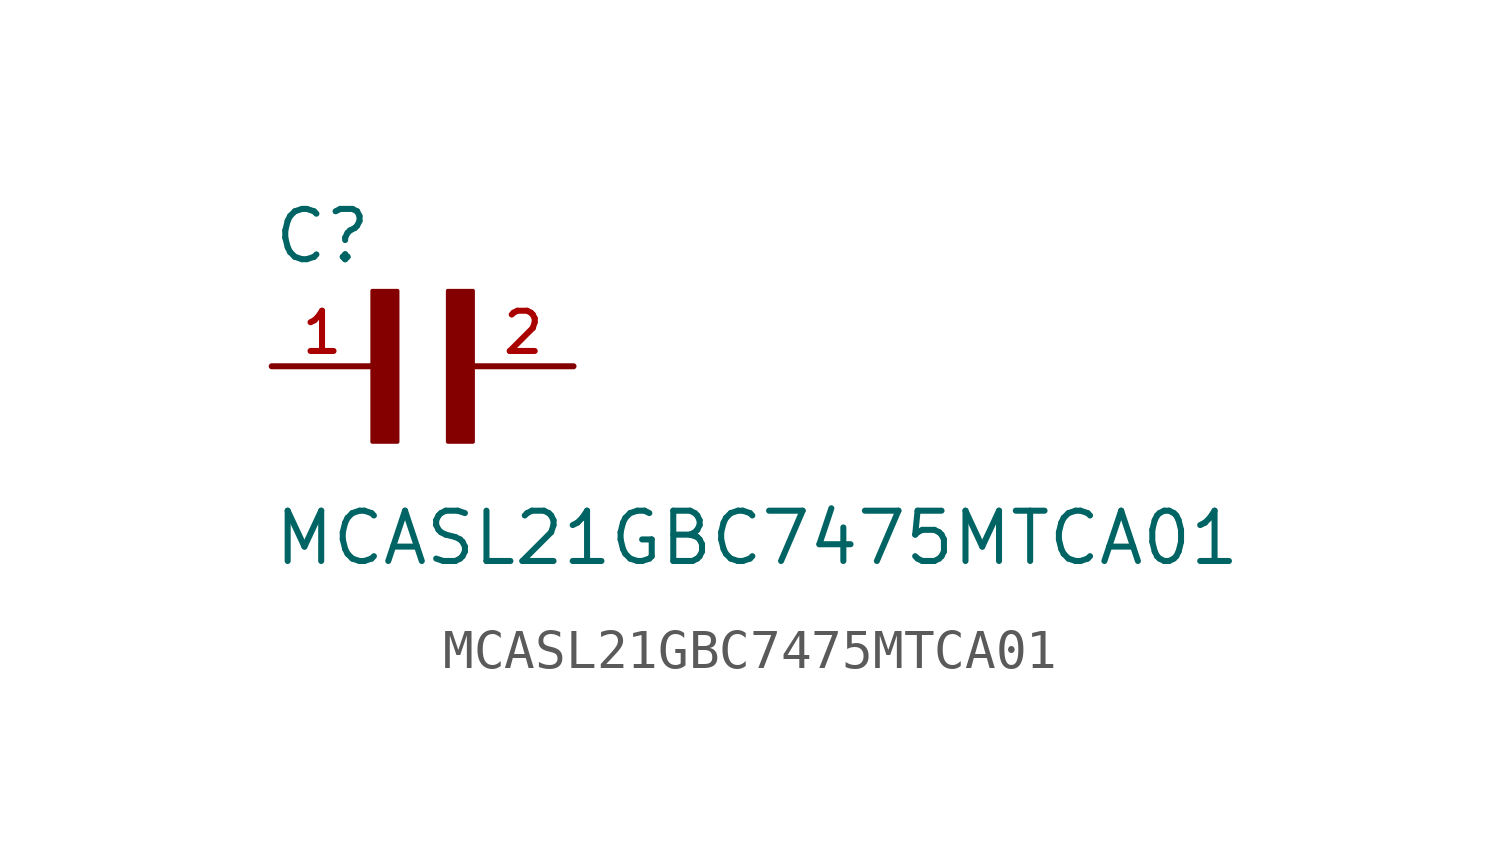
<source format=kicad_sym>
(kicad_symbol_lib
  (version 20211014)
  (generator kicad_symbol_editor)
  (symbol "MCASL21GBC7475MTCA01"
    (pin_names
      (offset 1.016))
    (property "Reference" "C"
      (at -2.54 2.54 0)
      (effects (font (size 1.27 1.27)) (justify bottom left)))
    (property "Value" "MCASL21GBC7475MTCA01"
      (at -2.54 -5.08 0)
      (effects (font (size 1.27 1.27)) (justify bottom left)))
    (symbol "MCASL21GBC7475MTCA01_0_0"
      (rectangle (start 0.0 -1.907) (end 0.635 1.905) (stroke (width 0.1)) (fill (type outline)))
      (rectangle (start 1.907 -1.907) (end 2.54 1.905) (stroke (width 0.1)) (fill (type outline)))
      (pin passive line (at -2.54 0.0 0) (length 2.54) (name "~" (effects (font (size 1.016 1.016)))) (number "1" (effects (font (size 1.016 1.016)))))
      (pin passive line (at 5.08 0.0 180.0) (length 2.54) (name "~" (effects (font (size 1.016 1.016)))) (number "2" (effects (font (size 1.016 1.016))))))))
</source>
